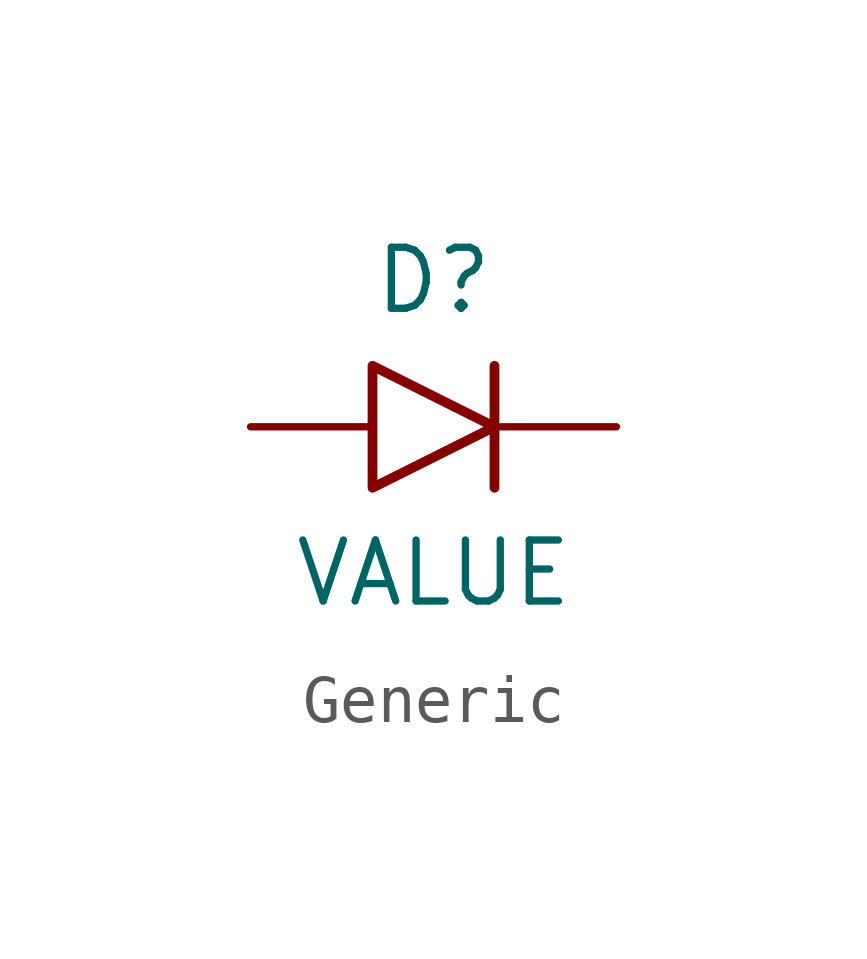
<source format=kicad_sym>
(kicad_symbol_lib
  (version 20231120)
  (generator "kicad_symbol_editor")
  (generator_version "8.0")
  (symbol "Generic"
    (pin_numbers hide)
    (pin_names
      (offset 1.016) hide)
    (property "Reference" "D"
      (at 0 3.048 0)
      (do_not_autoplace)
      (effects (font (size 1.27 1.27))))
    (property "Value" "VALUE"
      (at 0 -3.048 0)
      (do_not_autoplace)
      (effects (font (size 1.27 1.27))))
    (symbol "Generic_0_1"
      (polyline (pts (xy 1.27 1.27) (xy 1.27 -1.27)) (stroke (width 0.203) (type default)) (fill (type none)))
      (polyline (pts (xy -1.27 1.27) (xy -1.27 -1.27) (xy 1.27 0) (xy -1.27 1.27)) (stroke (width 0.203) (type default)) (fill (type none))))
    (symbol "Generic_1_1"
      (pin passive line (at 3.81 0 180) (length 2.54) (name "K" (effects (font (size 1.27 1.27)))) (number "1" (effects (font (size 1.27 1.27)))))
      (pin passive line (at -3.81 0 0) (length 2.54) (name "A" (effects (font (size 1.27 1.27)))) (number "2" (effects (font (size 1.27 1.27))))))))
</source>
